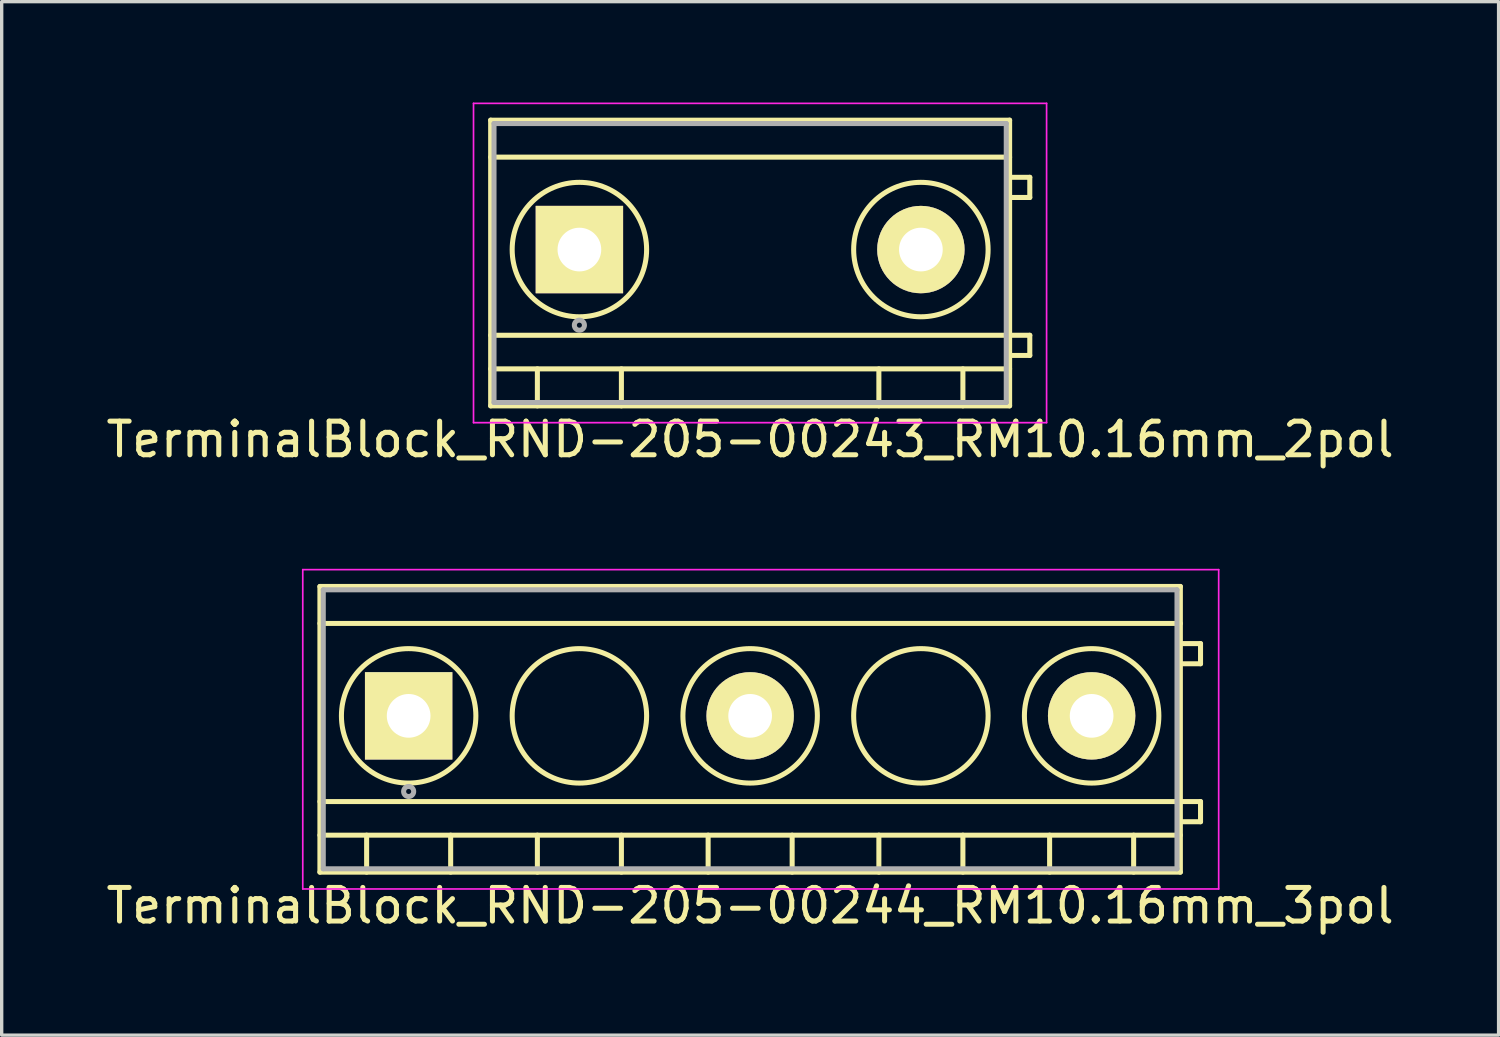
<source format=kicad_pcb>
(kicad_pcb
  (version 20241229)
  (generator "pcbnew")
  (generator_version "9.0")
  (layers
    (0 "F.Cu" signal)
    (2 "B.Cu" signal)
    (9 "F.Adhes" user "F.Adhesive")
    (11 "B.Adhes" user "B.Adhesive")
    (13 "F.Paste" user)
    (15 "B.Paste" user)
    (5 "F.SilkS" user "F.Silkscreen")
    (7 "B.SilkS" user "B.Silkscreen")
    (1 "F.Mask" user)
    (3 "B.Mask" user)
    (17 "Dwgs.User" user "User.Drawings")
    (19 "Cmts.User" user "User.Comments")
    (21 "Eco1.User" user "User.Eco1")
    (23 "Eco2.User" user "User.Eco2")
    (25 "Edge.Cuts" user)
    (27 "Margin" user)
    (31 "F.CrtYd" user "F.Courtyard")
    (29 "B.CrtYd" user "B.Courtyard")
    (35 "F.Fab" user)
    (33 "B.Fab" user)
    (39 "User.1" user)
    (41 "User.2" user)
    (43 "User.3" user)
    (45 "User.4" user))
  (footprint "TerminalBlock_RND-205-00243_RM10.16mm_2pol"
    (layer "F.Cu")
    (at 14.188 4.375)
    (property "Reference" "TerminalBlock_RND-205-00243_RM10.16mm_2pol" (at 5.08 5.65 0) (layer "F.SilkS") (effects (font (size 1 1) (thickness 0.15))))
    (attr through_hole)
    (fp_line (start -2.64 -3.85) (end 12.8 -3.85) (stroke (width 0.15) (type solid)) (layer "F.SilkS"))
    (fp_line (start -2.64 -2.75) (end 12.8 -2.75) (stroke (width 0.15) (type solid)) (layer "F.SilkS"))
    (fp_line (start -2.64 2.55) (end 12.8 2.55) (stroke (width 0.15) (type solid)) (layer "F.SilkS"))
    (fp_line (start -2.64 3.55) (end 12.8 3.55) (stroke (width 0.15) (type solid)) (layer "F.SilkS"))
    (fp_line (start -2.64 4.65) (end -2.64 -3.85) (stroke (width 0.15) (type solid)) (layer "F.SilkS"))
    (fp_line (start -1.25 3.55) (end -1.25 4.65) (stroke (width 0.15) (type solid)) (layer "F.SilkS"))
    (fp_line (start 1.25 3.55) (end 1.25 4.65) (stroke (width 0.15) (type solid)) (layer "F.SilkS"))
    (fp_line (start 8.91 3.55) (end 8.91 4.65) (stroke (width 0.15) (type solid)) (layer "F.SilkS"))
    (fp_line (start 11.41 3.55) (end 11.41 4.65) (stroke (width 0.15) (type solid)) (layer "F.SilkS"))
    (fp_line (start 12.8 -3.85) (end 12.8 4.65) (stroke (width 0.15) (type solid)) (layer "F.SilkS"))
    (fp_line (start 12.8 -2.15) (end 13.4 -2.15) (stroke (width 0.15) (type solid)) (layer "F.SilkS"))
    (fp_line (start 12.8 2.55) (end 13.4 2.55) (stroke (width 0.15) (type solid)) (layer "F.SilkS"))
    (fp_line (start 12.8 4.65) (end -2.64 4.65) (stroke (width 0.15) (type solid)) (layer "F.SilkS"))
    (fp_line (start 13.4 -2.15) (end 13.4 -1.55) (stroke (width 0.15) (type solid)) (layer "F.SilkS"))
    (fp_line (start 13.4 -1.55) (end 12.8 -1.55) (stroke (width 0.15) (type solid)) (layer "F.SilkS"))
    (fp_line (start 13.4 2.55) (end 13.4 3.15) (stroke (width 0.15) (type solid)) (layer "F.SilkS"))
    (fp_line (start 13.4 3.15) (end 12.8 3.15) (stroke (width 0.15) (type solid)) (layer "F.SilkS"))
    (fp_circle (center 0 0) (end -2 0) (stroke (width 0.15) (type solid)) (fill no) (layer "F.SilkS"))
    (fp_circle (center 10.16 0) (end 8.16 0) (stroke (width 0.15) (type solid)) (fill no) (layer "F.SilkS"))
    (fp_line (start -3.15 -4.35) (end 13.9 -4.35) (stroke (width 0.05) (type solid)) (layer "F.CrtYd"))
    (fp_line (start -3.15 5.15) (end -3.15 -4.35) (stroke (width 0.05) (type solid)) (layer "F.CrtYd"))
    (fp_line (start 13.9 -4.35) (end 13.9 5.15) (stroke (width 0.05) (type solid)) (layer "F.CrtYd"))
    (fp_line (start 13.9 5.15) (end -3.15 5.15) (stroke (width 0.05) (type solid)) (layer "F.CrtYd"))
    (fp_line (start -2.54 -3.75) (end 12.7 -3.75) (stroke (width 0.15) (type solid)) (layer "F.Fab"))
    (fp_line (start -2.54 4.55) (end -2.54 -3.75) (stroke (width 0.15) (type solid)) (layer "F.Fab"))
    (fp_line (start 12.7 -3.75) (end 12.7 4.55) (stroke (width 0.15) (type solid)) (layer "F.Fab"))
    (fp_line (start 12.7 4.55) (end -2.54 4.55) (stroke (width 0.15) (type solid)) (layer "F.Fab"))
    (fp_circle (center 0 2.25) (end -0.15 2.25) (stroke (width 0.15) (type solid)) (fill no) (layer "F.Fab"))
    (pad "1" thru_hole rect (at 0 0) (size 2.6 2.6) (drill 1.3) (layers "*.Cu" "*.Mask" "F.SilkS"))
    (pad "2" thru_hole circle (at 10.16 0) (size 2.6 2.6) (drill 1.3) (layers "*.Cu" "*.Mask" "F.SilkS")))
  (footprint "TerminalBlock_RND-205-00244_RM10.16mm_3pol"
    (layer "F.Cu")
    (at 9.108 18.248)
    (property "Reference" "TerminalBlock_RND-205-00244_RM10.16mm_3pol" (at 10.16 5.65 0) (layer "F.SilkS") (effects (font (size 1 1) (thickness 0.15))))
    (attr through_hole)
    (fp_line (start -2.64 -3.85) (end 22.96 -3.85) (stroke (width 0.15) (type solid)) (layer "F.SilkS"))
    (fp_line (start -2.64 -2.75) (end 22.96 -2.75) (stroke (width 0.15) (type solid)) (layer "F.SilkS"))
    (fp_line (start -2.64 2.55) (end 22.96 2.55) (stroke (width 0.15) (type solid)) (layer "F.SilkS"))
    (fp_line (start -2.64 3.55) (end 22.96 3.55) (stroke (width 0.15) (type solid)) (layer "F.SilkS"))
    (fp_line (start -2.64 4.65) (end -2.64 -3.85) (stroke (width 0.15) (type solid)) (layer "F.SilkS"))
    (fp_line (start -1.25 3.55) (end -1.25 4.65) (stroke (width 0.15) (type solid)) (layer "F.SilkS"))
    (fp_line (start 1.25 3.55) (end 1.25 4.65) (stroke (width 0.15) (type solid)) (layer "F.SilkS"))
    (fp_line (start 3.83 3.55) (end 3.83 4.65) (stroke (width 0.15) (type solid)) (layer "F.SilkS"))
    (fp_line (start 6.33 3.55) (end 6.33 4.65) (stroke (width 0.15) (type solid)) (layer "F.SilkS"))
    (fp_line (start 8.91 3.55) (end 8.91 4.65) (stroke (width 0.15) (type solid)) (layer "F.SilkS"))
    (fp_line (start 11.41 3.55) (end 11.41 4.65) (stroke (width 0.15) (type solid)) (layer "F.SilkS"))
    (fp_line (start 13.99 3.55) (end 13.99 4.65) (stroke (width 0.15) (type solid)) (layer "F.SilkS"))
    (fp_line (start 16.49 3.55) (end 16.49 4.65) (stroke (width 0.15) (type solid)) (layer "F.SilkS"))
    (fp_line (start 19.07 3.55) (end 19.07 4.65) (stroke (width 0.15) (type solid)) (layer "F.SilkS"))
    (fp_line (start 21.57 3.55) (end 21.57 4.65) (stroke (width 0.15) (type solid)) (layer "F.SilkS"))
    (fp_line (start 22.96 -3.85) (end 22.96 4.65) (stroke (width 0.15) (type solid)) (layer "F.SilkS"))
    (fp_line (start 22.96 -2.15) (end 23.56 -2.15) (stroke (width 0.15) (type solid)) (layer "F.SilkS"))
    (fp_line (start 22.96 2.55) (end 23.56 2.55) (stroke (width 0.15) (type solid)) (layer "F.SilkS"))
    (fp_line (start 22.96 4.65) (end -2.64 4.65) (stroke (width 0.15) (type solid)) (layer "F.SilkS"))
    (fp_line (start 23.56 -2.15) (end 23.56 -1.55) (stroke (width 0.15) (type solid)) (layer "F.SilkS"))
    (fp_line (start 23.56 -1.55) (end 22.96 -1.55) (stroke (width 0.15) (type solid)) (layer "F.SilkS"))
    (fp_line (start 23.56 2.55) (end 23.56 3.15) (stroke (width 0.15) (type solid)) (layer "F.SilkS"))
    (fp_line (start 23.56 3.15) (end 22.96 3.15) (stroke (width 0.15) (type solid)) (layer "F.SilkS"))
    (fp_circle (center 0 0) (end -2 0) (stroke (width 0.15) (type solid)) (fill no) (layer "F.SilkS"))
    (fp_circle (center 5.08 0) (end 3.08 0) (stroke (width 0.15) (type solid)) (fill no) (layer "F.SilkS"))
    (fp_circle (center 10.16 0) (end 8.16 0) (stroke (width 0.15) (type solid)) (fill no) (layer "F.SilkS"))
    (fp_circle (center 15.24 0) (end 13.24 0) (stroke (width 0.15) (type solid)) (fill no) (layer "F.SilkS"))
    (fp_circle (center 20.32 0) (end 18.32 0) (stroke (width 0.15) (type solid)) (fill no) (layer "F.SilkS"))
    (fp_line (start -3.15 -4.35) (end 24.1 -4.35) (stroke (width 0.05) (type solid)) (layer "F.CrtYd"))
    (fp_line (start -3.15 5.15) (end -3.15 -4.35) (stroke (width 0.05) (type solid)) (layer "F.CrtYd"))
    (fp_line (start 24.1 -4.35) (end 24.1 5.15) (stroke (width 0.05) (type solid)) (layer "F.CrtYd"))
    (fp_line (start 24.1 5.15) (end -3.15 5.15) (stroke (width 0.05) (type solid)) (layer "F.CrtYd"))
    (fp_line (start -2.54 -3.75) (end 22.86 -3.75) (stroke (width 0.15) (type solid)) (layer "F.Fab"))
    (fp_line (start -2.54 4.55) (end -2.54 -3.75) (stroke (width 0.15) (type solid)) (layer "F.Fab"))
    (fp_line (start 22.86 -3.75) (end 22.86 4.55) (stroke (width 0.15) (type solid)) (layer "F.Fab"))
    (fp_line (start 22.86 4.55) (end -2.54 4.55) (stroke (width 0.15) (type solid)) (layer "F.Fab"))
    (fp_circle (center 0 2.25) (end -0.15 2.25) (stroke (width 0.15) (type solid)) (fill no) (layer "F.Fab"))
    (pad "1" thru_hole rect (at 0 0) (size 2.6 2.6) (drill 1.3) (layers "*.Cu" "*.Mask" "F.SilkS"))
    (pad "2" thru_hole circle (at 10.16 0) (size 2.6 2.6) (drill 1.3) (layers "*.Cu" "*.Mask" "F.SilkS"))
    (pad "3" thru_hole circle (at 20.32 0) (size 2.6 2.6) (drill 1.3) (layers "*.Cu" "*.Mask" "F.SilkS")))
  (gr_rect
    (start -3 -3)
    (end 41.536 27.747)
    (stroke (width 0.1) (type default))
    (fill no)
    (layer "Edge.Cuts")))
</source>
